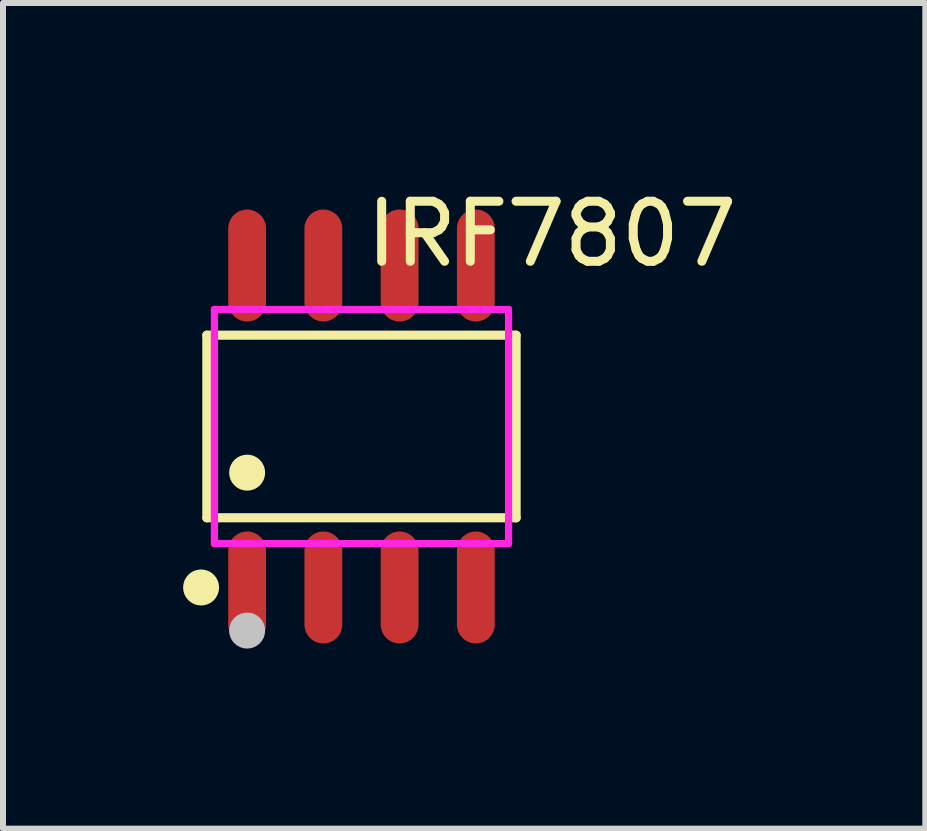
<source format=kicad_pcb>
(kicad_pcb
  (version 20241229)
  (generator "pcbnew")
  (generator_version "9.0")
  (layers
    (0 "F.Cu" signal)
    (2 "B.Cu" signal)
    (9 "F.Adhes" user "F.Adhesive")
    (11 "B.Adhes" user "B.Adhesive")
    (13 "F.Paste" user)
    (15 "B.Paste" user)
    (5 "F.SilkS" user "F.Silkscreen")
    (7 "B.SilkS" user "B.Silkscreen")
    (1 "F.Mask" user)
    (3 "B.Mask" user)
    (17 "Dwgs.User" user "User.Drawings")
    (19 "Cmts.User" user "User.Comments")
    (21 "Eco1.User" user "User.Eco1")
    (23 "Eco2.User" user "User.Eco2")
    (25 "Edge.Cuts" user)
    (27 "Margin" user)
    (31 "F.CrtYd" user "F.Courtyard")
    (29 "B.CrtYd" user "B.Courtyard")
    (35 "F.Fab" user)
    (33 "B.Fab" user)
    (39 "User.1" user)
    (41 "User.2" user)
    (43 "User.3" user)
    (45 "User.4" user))
  (footprint "IRF7807"
    (layer "F.Cu")
    (at 2.972 4.055)
    (property "Reference" "IRF7807" (at 0 -3.207 0) (layer "F.SilkS") (effects (font (size 1 1) (thickness 0.15)) (justify left)))
    (attr through_hole)
    (fp_line (start -2.576 -1.521) (end 2.576 -1.521) (stroke (width 0.152) (type solid)) (layer "F.SilkS"))
    (fp_line (start -2.576 1.521) (end -2.576 -1.521) (stroke (width 0.152) (type solid)) (layer "F.SilkS"))
    (fp_line (start 2.576 -1.521) (end 2.576 1.521) (stroke (width 0.152) (type solid)) (layer "F.SilkS"))
    (fp_line (start 2.576 1.521) (end -2.576 1.521) (stroke (width 0.152) (type solid)) (layer "F.SilkS"))
    (fp_circle (center -2.672 2.682) (end -2.522 2.682) (stroke (width 0.3) (type solid)) (fill no) (layer "F.SilkS"))
    (fp_circle (center -1.905 0.769) (end -1.755 0.769) (stroke (width 0.3) (type solid)) (fill no) (layer "F.SilkS"))
    (fp_circle (center -1.905 3.4) (end -1.755 3.4) (stroke (width 0.3) (type solid)) (fill no) (layer "Dwgs.User"))
    (fp_line (start -2.115 -2.175) (end -1.695 -2.175) (stroke (width 0.12) (type solid)) (layer "Eco2.User"))
    (fp_line (start -2.115 -1.94) (end -2.115 -2.175) (stroke (width 0.12) (type solid)) (layer "Eco2.User"))
    (fp_line (start -2.115 1.94) (end -1.695 1.94) (stroke (width 0.12) (type solid)) (layer "Eco2.User"))
    (fp_line (start -2.115 2.175) (end -2.115 1.94) (stroke (width 0.12) (type solid)) (layer "Eco2.User"))
    (fp_line (start -1.695 -2.175) (end -1.695 -1.94) (stroke (width 0.12) (type solid)) (layer "Eco2.User"))
    (fp_line (start -1.695 -1.94) (end -2.115 -1.94) (stroke (width 0.12) (type solid)) (layer "Eco2.User"))
    (fp_line (start -1.695 1.94) (end -1.695 2.175) (stroke (width 0.12) (type solid)) (layer "Eco2.User"))
    (fp_line (start -1.695 2.175) (end -2.115 2.175) (stroke (width 0.12) (type solid)) (layer "Eco2.User"))
    (fp_line (start -0.845 -2.175) (end -0.425 -2.175) (stroke (width 0.12) (type solid)) (layer "Eco2.User"))
    (fp_line (start -0.845 -1.94) (end -0.845 -2.175) (stroke (width 0.12) (type solid)) (layer "Eco2.User"))
    (fp_line (start -0.845 1.94) (end -0.425 1.94) (stroke (width 0.12) (type solid)) (layer "Eco2.User"))
    (fp_line (start -0.845 2.175) (end -0.845 1.94) (stroke (width 0.12) (type solid)) (layer "Eco2.User"))
    (fp_line (start -0.425 -2.175) (end -0.425 -1.94) (stroke (width 0.12) (type solid)) (layer "Eco2.User"))
    (fp_line (start -0.425 -1.94) (end -0.845 -1.94) (stroke (width 0.12) (type solid)) (layer "Eco2.User"))
    (fp_line (start -0.425 1.94) (end -0.425 2.175) (stroke (width 0.12) (type solid)) (layer "Eco2.User"))
    (fp_line (start -0.425 2.175) (end -0.845 2.175) (stroke (width 0.12) (type solid)) (layer "Eco2.User"))
    (fp_line (start 0.425 -2.175) (end 0.845 -2.175) (stroke (width 0.12) (type solid)) (layer "Eco2.User"))
    (fp_line (start 0.425 -1.94) (end 0.425 -2.175) (stroke (width 0.12) (type solid)) (layer "Eco2.User"))
    (fp_line (start 0.425 1.94) (end 0.845 1.94) (stroke (width 0.12) (type solid)) (layer "Eco2.User"))
    (fp_line (start 0.425 2.175) (end 0.425 1.94) (stroke (width 0.12) (type solid)) (layer "Eco2.User"))
    (fp_line (start 0.845 -2.175) (end 0.845 -1.94) (stroke (width 0.12) (type solid)) (layer "Eco2.User"))
    (fp_line (start 0.845 -1.94) (end 0.425 -1.94) (stroke (width 0.12) (type solid)) (layer "Eco2.User"))
    (fp_line (start 0.845 1.94) (end 0.845 2.175) (stroke (width 0.12) (type solid)) (layer "Eco2.User"))
    (fp_line (start 0.845 2.175) (end 0.425 2.175) (stroke (width 0.12) (type solid)) (layer "Eco2.User"))
    (fp_line (start 1.695 -2.175) (end 2.115 -2.175) (stroke (width 0.12) (type solid)) (layer "Eco2.User"))
    (fp_line (start 1.695 -1.94) (end 1.695 -2.175) (stroke (width 0.12) (type solid)) (layer "Eco2.User"))
    (fp_line (start 1.695 1.94) (end 2.115 1.94) (stroke (width 0.12) (type solid)) (layer "Eco2.User"))
    (fp_line (start 1.695 2.175) (end 1.695 1.94) (stroke (width 0.12) (type solid)) (layer "Eco2.User"))
    (fp_line (start 2.115 -2.175) (end 2.115 -1.94) (stroke (width 0.12) (type solid)) (layer "Eco2.User"))
    (fp_line (start 2.115 -1.94) (end 1.695 -1.94) (stroke (width 0.12) (type solid)) (layer "Eco2.User"))
    (fp_line (start 2.115 1.94) (end 2.115 2.175) (stroke (width 0.12) (type solid)) (layer "Eco2.User"))
    (fp_line (start 2.115 2.175) (end 1.695 2.175) (stroke (width 0.12) (type solid)) (layer "Eco2.User"))
    (fp_circle (center -2.45 3) (end -2.42 3) (stroke (width 0.06) (type solid)) (fill no) (layer "Eco2.User"))
    (fp_poly (pts (xy -2.115 -2.165) (xy -2.115 -3) (xy -1.695 -3) (xy -1.695 -2.165)) (stroke (width 0.12) (type solid)) (fill no) (layer "Eco2.User"))
    (fp_poly (pts (xy -2.115 3) (xy -2.115 2.165) (xy -1.695 2.165) (xy -1.695 3)) (stroke (width 0.12) (type solid)) (fill no) (layer "Eco2.User"))
    (fp_poly (pts (xy -0.845 -2.165) (xy -0.845 -3) (xy -0.425 -3) (xy -0.425 -2.165)) (stroke (width 0.12) (type solid)) (fill no) (layer "Eco2.User"))
    (fp_poly (pts (xy -0.845 3) (xy -0.845 2.165) (xy -0.425 2.165) (xy -0.425 3)) (stroke (width 0.12) (type solid)) (fill no) (layer "Eco2.User"))
    (fp_poly (pts (xy 0.425 -2.165) (xy 0.425 -3) (xy 0.845 -3) (xy 0.845 -2.165)) (stroke (width 0.12) (type solid)) (fill no) (layer "Eco2.User"))
    (fp_poly (pts (xy 0.425 3) (xy 0.425 2.165) (xy 0.845 2.165) (xy 0.845 3)) (stroke (width 0.12) (type solid)) (fill no) (layer "Eco2.User"))
    (fp_poly (pts (xy 1.695 -2.165) (xy 1.695 -3) (xy 2.115 -3) (xy 2.115 -2.165)) (stroke (width 0.12) (type solid)) (fill no) (layer "Eco2.User"))
    (fp_poly (pts (xy 1.695 3) (xy 1.695 2.165) (xy 2.115 2.165) (xy 2.115 3)) (stroke (width 0.12) (type solid)) (fill no) (layer "Eco2.User"))
    (fp_line (start -2.45 -1.95) (end 2.45 -1.95) (stroke (width 0.12) (type solid)) (layer "F.CrtYd"))
    (fp_line (start -2.45 1.95) (end -2.45 -1.95) (stroke (width 0.12) (type solid)) (layer "F.CrtYd"))
    (fp_line (start 2.45 -1.95) (end 2.45 1.95) (stroke (width 0.12) (type solid)) (layer "F.CrtYd"))
    (fp_line (start 2.45 1.95) (end -2.45 1.95) (stroke (width 0.12) (type solid)) (layer "F.CrtYd"))
    (pad "1" smd oval (at -1.905 2.682) (size 0.63 1.865) (layers "F.Cu" "F.Mask" "F.Paste"))
    (pad "2" smd oval (at -0.635 2.682) (size 0.63 1.865) (layers "F.Cu" "F.Mask" "F.Paste"))
    (pad "3" smd oval (at 0.635 2.682) (size 0.63 1.865) (layers "F.Cu" "F.Mask" "F.Paste"))
    (pad "4" smd oval (at 1.905 2.682) (size 0.63 1.865) (layers "F.Cu" "F.Mask" "F.Paste"))
    (pad "5" smd oval (at 1.905 -2.682) (size 0.63 1.865) (layers "F.Cu" "F.Mask" "F.Paste"))
    (pad "6" smd oval (at 0.635 -2.682) (size 0.63 1.865) (layers "F.Cu" "F.Mask" "F.Paste"))
    (pad "7" smd oval (at -0.635 -2.682) (size 0.63 1.865) (layers "F.Cu" "F.Mask" "F.Paste"))
    (pad "8" smd oval (at -1.905 -2.682) (size 0.63 1.865) (layers "F.Cu" "F.Mask" "F.Paste")))
  (gr_rect
    (start -3 -3)
    (end 12.365 10.755)
    (stroke (width 0.1) (type default))
    (fill no)
    (layer "Edge.Cuts")))
</source>
